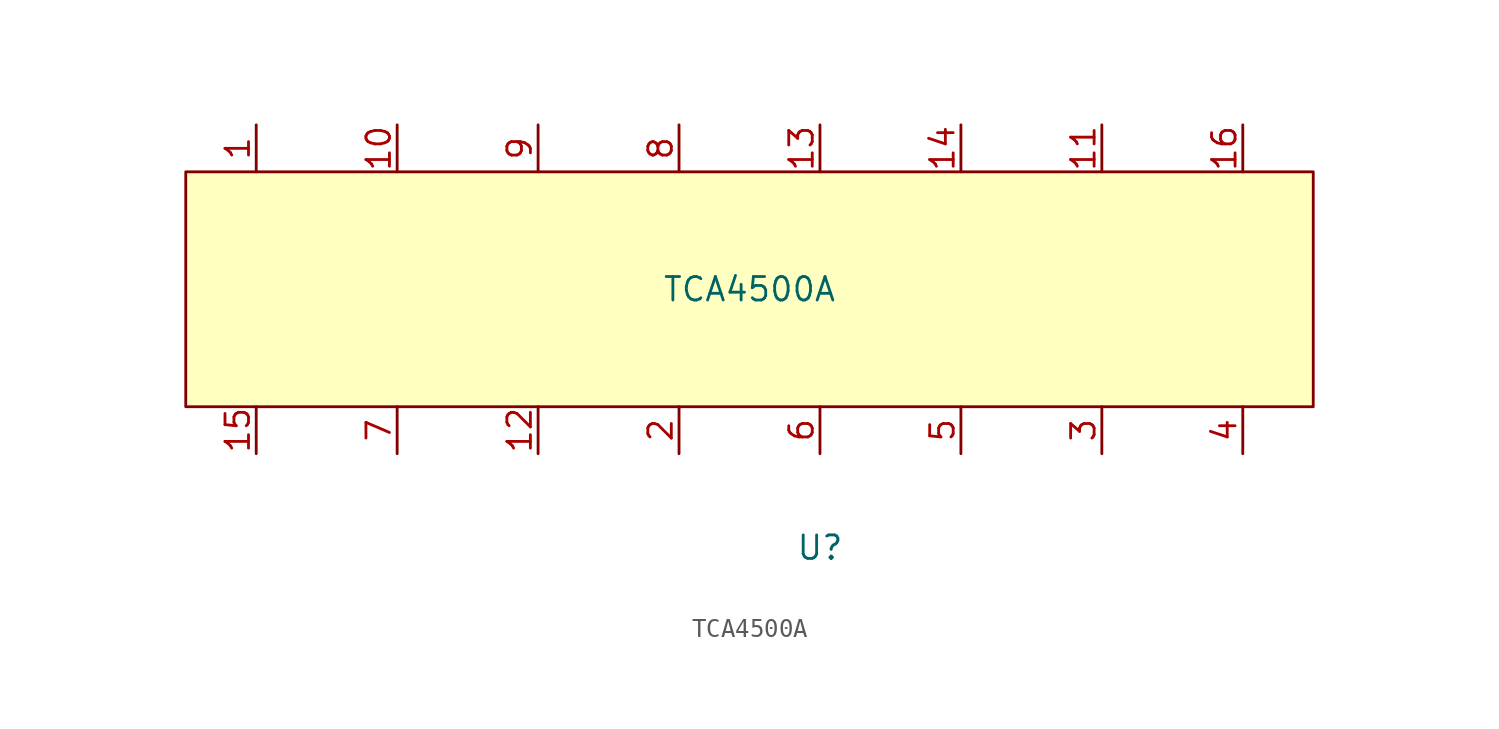
<source format=kicad_sym>
(kicad_symbol_lib
  (version 20220914)
  (generator kicad_symbol_editor)
  (symbol "TCA4500A"
    (property "Reference" "U"
      (at 3.81 -13.97 0)
      (effects (font (size 1.27 1.27))))
    (property "Value" "TCA4500A"
      (at 0 0 0)
      (effects (font (size 1.27 1.27))))
    (symbol "TCA4500A_0_1"
      (rectangle (start -30.48 6.35) (end 30.48 -6.35) (stroke (width 0) (type default)) (fill (type background))))
    (symbol "TCA4500A_1_1"
      (pin input line (at -26.67 8.89 270) (length 2.54) (name "" (effects (font (size 1.27 1.27)))) (number "1" (effects (font (size 1.27 1.27)))))
      (pin input line (at -19.05 8.89 270) (length 2.54) (name "" (effects (font (size 1.27 1.27)))) (number "10" (effects (font (size 1.27 1.27)))))
      (pin input line (at 19.05 8.89 270) (length 2.54) (name "" (effects (font (size 1.27 1.27)))) (number "11" (effects (font (size 1.27 1.27)))))
      (pin input line (at -11.43 -8.89 90) (length 2.54) (name "" (effects (font (size 1.27 1.27)))) (number "12" (effects (font (size 1.27 1.27)))))
      (pin input line (at 3.81 8.89 270) (length 2.54) (name "" (effects (font (size 1.27 1.27)))) (number "13" (effects (font (size 1.27 1.27)))))
      (pin input line (at 11.43 8.89 270) (length 2.54) (name "" (effects (font (size 1.27 1.27)))) (number "14" (effects (font (size 1.27 1.27)))))
      (pin input line (at -26.67 -8.89 90) (length 2.54) (name "" (effects (font (size 1.27 1.27)))) (number "15" (effects (font (size 1.27 1.27)))))
      (pin input line (at 26.67 8.89 270) (length 2.54) (name "" (effects (font (size 1.27 1.27)))) (number "16" (effects (font (size 1.27 1.27)))))
      (pin input line (at -3.81 -8.89 90) (length 2.54) (name "" (effects (font (size 1.27 1.27)))) (number "2" (effects (font (size 1.27 1.27)))))
      (pin input line (at 19.05 -8.89 90) (length 2.54) (name "" (effects (font (size 1.27 1.27)))) (number "3" (effects (font (size 1.27 1.27)))))
      (pin input line (at 26.67 -8.89 90) (length 2.54) (name "" (effects (font (size 1.27 1.27)))) (number "4" (effects (font (size 1.27 1.27)))))
      (pin input line (at 11.43 -8.89 90) (length 2.54) (name "" (effects (font (size 1.27 1.27)))) (number "5" (effects (font (size 1.27 1.27)))))
      (pin input line (at 3.81 -8.89 90) (length 2.54) (name "" (effects (font (size 1.27 1.27)))) (number "6" (effects (font (size 1.27 1.27)))))
      (pin input line (at -19.05 -8.89 90) (length 2.54) (name "" (effects (font (size 1.27 1.27)))) (number "7" (effects (font (size 1.27 1.27)))))
      (pin input line (at -3.81 8.89 270) (length 2.54) (name "" (effects (font (size 1.27 1.27)))) (number "8" (effects (font (size 1.27 1.27)))))
      (pin input line (at -11.43 8.89 270) (length 2.54) (name "" (effects (font (size 1.27 1.27)))) (number "9" (effects (font (size 1.27 1.27))))))))
</source>
